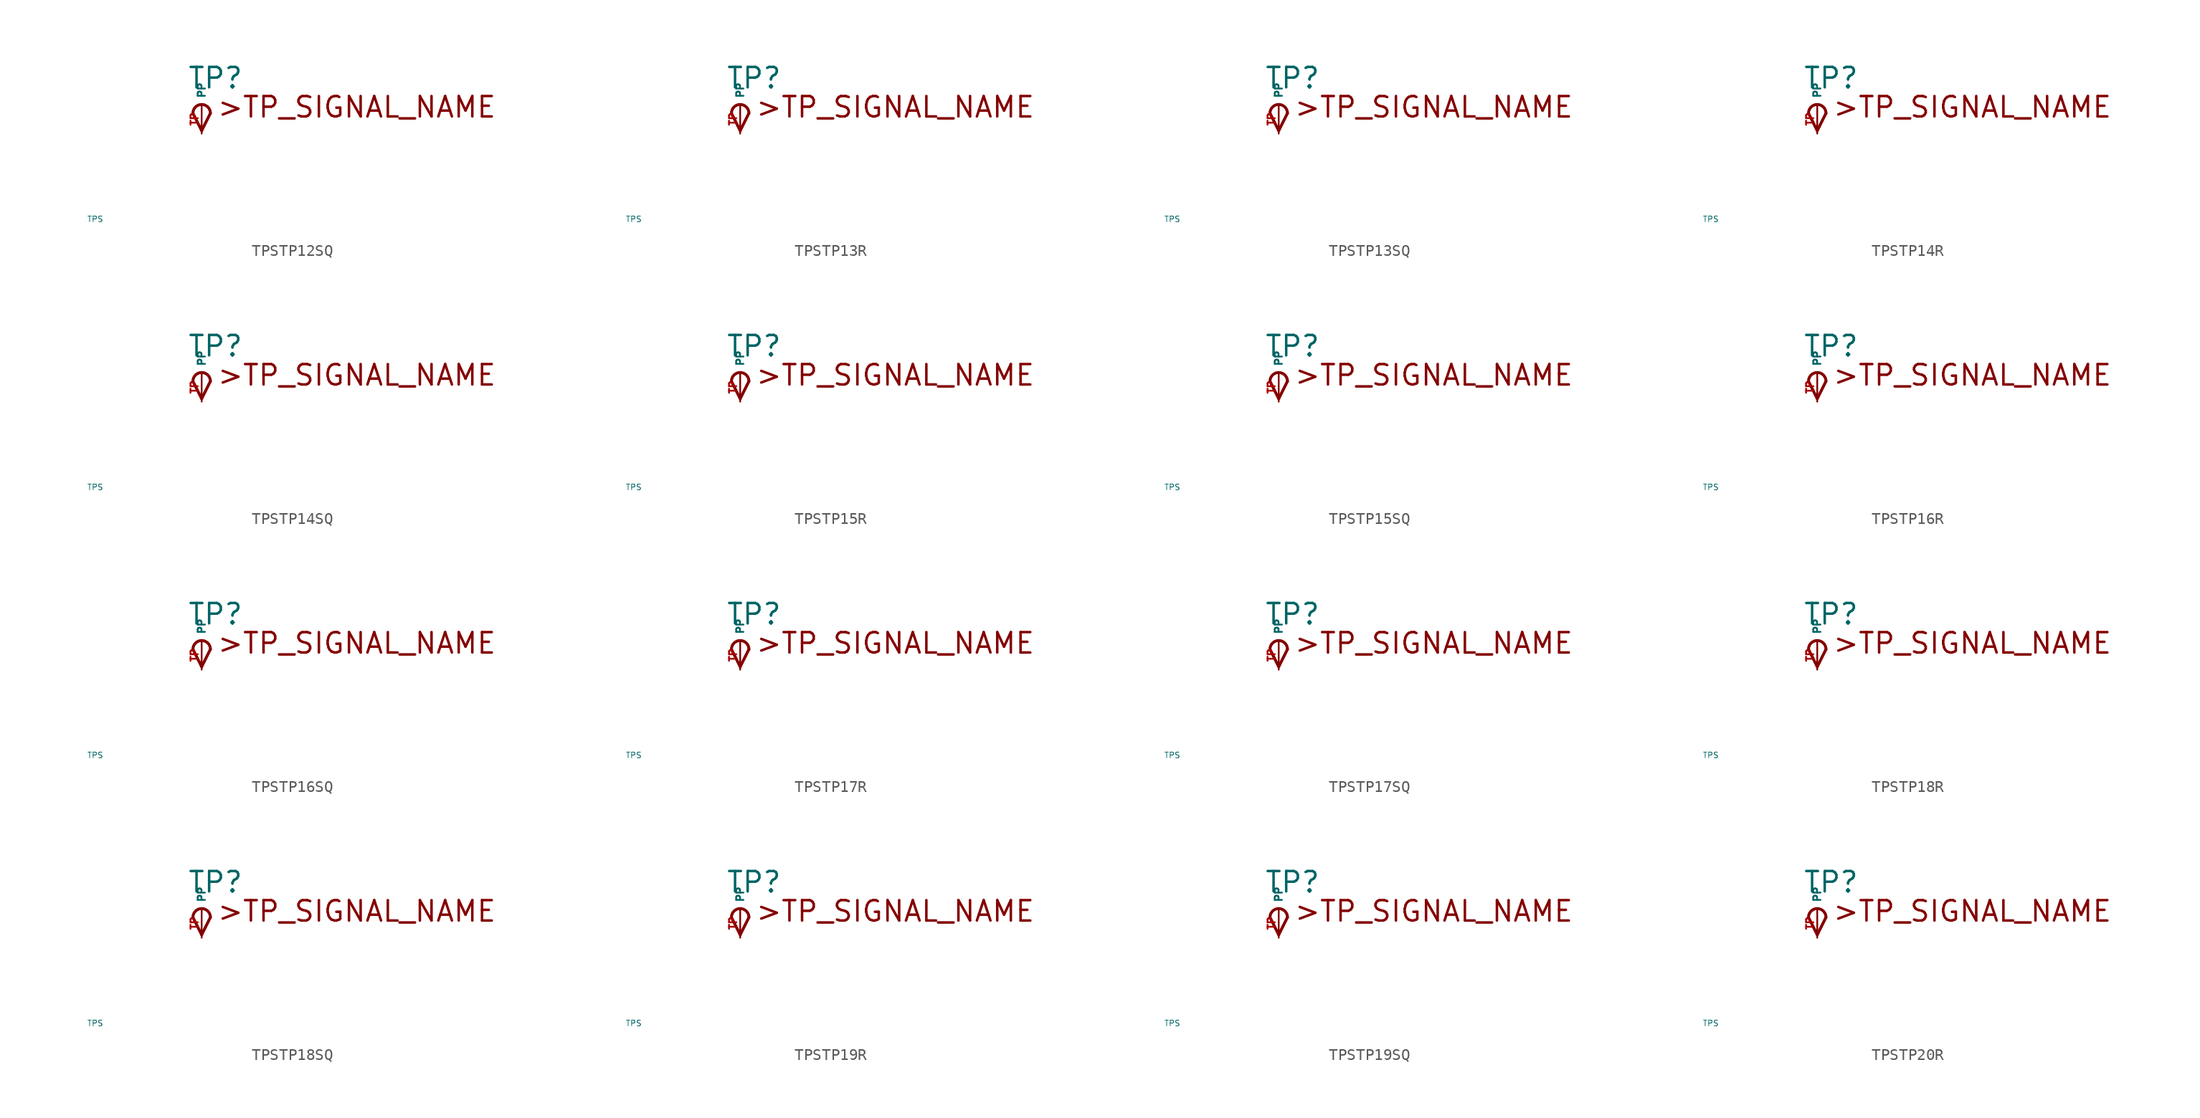
<source format=kicad_sym>
(kicad_symbol_lib
  (version 20220914)
  (generator Eagle2Kicad)
  (symbol "TPSTP12SQ"
    (property "Reference" "TP"
      (at -1.27 1.27 0)
      (effects (font (size 1.778 1.778) (thickness 0.22)) (justify left bottom)))
    (property "Value" "TPS"
      (at -10 -10 0)
      (effects (font (size 0.5 0.5) (thickness 0.06)) (justify left)))
    (polyline
      (pts (xy 0.762 -0.762) (xy 0 -2.286))
      (stroke (width 0.254) (type default))
      (fill (type none)))
    (polyline
      (pts (xy 0 -2.286) (xy -0.762 -0.762))
      (stroke (width 0.254) (type default))
      (fill (type none)))
    (arc
      (start 0.762 -0.762)
      (mid 0.000 0.000)
      (end -0.762 -0.762)
      (stroke (width 0.254) (type default))
      (fill (type none)))
    (text ">TP_SIGNAL_NAME"
      (at 1.27 -1.27 0)
      (effects (font (size 1.778 1.778) (thickness 0.22)) (justify left bottom)))
    (pin input line
      (at 0 -2.54 90)
      (length 2.54)
      (name "PP" (effects (font (size 0.635 0.635) (thickness 0.08)) (justify left bottom)))
      (number "TP" (effects (font (size 0.635 0.635) (thickness 0.08)) (justify left bottom)))))
  (symbol "TPSTP13R"
    (property "Reference" "TP"
      (at -1.27 1.27 0)
      (effects (font (size 1.778 1.778) (thickness 0.22)) (justify left bottom)))
    (property "Value" "TPS"
      (at -10 -10 0)
      (effects (font (size 0.5 0.5) (thickness 0.06)) (justify left)))
    (polyline
      (pts (xy 0.762 -0.762) (xy 0 -2.286))
      (stroke (width 0.254) (type default))
      (fill (type none)))
    (polyline
      (pts (xy 0 -2.286) (xy -0.762 -0.762))
      (stroke (width 0.254) (type default))
      (fill (type none)))
    (arc
      (start 0.762 -0.762)
      (mid 0.000 0.000)
      (end -0.762 -0.762)
      (stroke (width 0.254) (type default))
      (fill (type none)))
    (text ">TP_SIGNAL_NAME"
      (at 1.27 -1.27 0)
      (effects (font (size 1.778 1.778) (thickness 0.22)) (justify left bottom)))
    (pin input line
      (at 0 -2.54 90)
      (length 2.54)
      (name "PP" (effects (font (size 0.635 0.635) (thickness 0.08)) (justify left bottom)))
      (number "TP" (effects (font (size 0.635 0.635) (thickness 0.08)) (justify left bottom)))))
  (symbol "TPSTP13SQ"
    (property "Reference" "TP"
      (at -1.27 1.27 0)
      (effects (font (size 1.778 1.778) (thickness 0.22)) (justify left bottom)))
    (property "Value" "TPS"
      (at -10 -10 0)
      (effects (font (size 0.5 0.5) (thickness 0.06)) (justify left)))
    (polyline
      (pts (xy 0.762 -0.762) (xy 0 -2.286))
      (stroke (width 0.254) (type default))
      (fill (type none)))
    (polyline
      (pts (xy 0 -2.286) (xy -0.762 -0.762))
      (stroke (width 0.254) (type default))
      (fill (type none)))
    (arc
      (start 0.762 -0.762)
      (mid 0.000 0.000)
      (end -0.762 -0.762)
      (stroke (width 0.254) (type default))
      (fill (type none)))
    (text ">TP_SIGNAL_NAME"
      (at 1.27 -1.27 0)
      (effects (font (size 1.778 1.778) (thickness 0.22)) (justify left bottom)))
    (pin input line
      (at 0 -2.54 90)
      (length 2.54)
      (name "PP" (effects (font (size 0.635 0.635) (thickness 0.08)) (justify left bottom)))
      (number "TP" (effects (font (size 0.635 0.635) (thickness 0.08)) (justify left bottom)))))
  (symbol "TPSTP14R"
    (property "Reference" "TP"
      (at -1.27 1.27 0)
      (effects (font (size 1.778 1.778) (thickness 0.22)) (justify left bottom)))
    (property "Value" "TPS"
      (at -10 -10 0)
      (effects (font (size 0.5 0.5) (thickness 0.06)) (justify left)))
    (polyline
      (pts (xy 0.762 -0.762) (xy 0 -2.286))
      (stroke (width 0.254) (type default))
      (fill (type none)))
    (polyline
      (pts (xy 0 -2.286) (xy -0.762 -0.762))
      (stroke (width 0.254) (type default))
      (fill (type none)))
    (arc
      (start 0.762 -0.762)
      (mid 0.000 0.000)
      (end -0.762 -0.762)
      (stroke (width 0.254) (type default))
      (fill (type none)))
    (text ">TP_SIGNAL_NAME"
      (at 1.27 -1.27 0)
      (effects (font (size 1.778 1.778) (thickness 0.22)) (justify left bottom)))
    (pin input line
      (at 0 -2.54 90)
      (length 2.54)
      (name "PP" (effects (font (size 0.635 0.635) (thickness 0.08)) (justify left bottom)))
      (number "TP" (effects (font (size 0.635 0.635) (thickness 0.08)) (justify left bottom)))))
  (symbol "TPSTP14SQ"
    (property "Reference" "TP"
      (at -1.27 1.27 0)
      (effects (font (size 1.778 1.778) (thickness 0.22)) (justify left bottom)))
    (property "Value" "TPS"
      (at -10 -10 0)
      (effects (font (size 0.5 0.5) (thickness 0.06)) (justify left)))
    (polyline
      (pts (xy 0.762 -0.762) (xy 0 -2.286))
      (stroke (width 0.254) (type default))
      (fill (type none)))
    (polyline
      (pts (xy 0 -2.286) (xy -0.762 -0.762))
      (stroke (width 0.254) (type default))
      (fill (type none)))
    (arc
      (start 0.762 -0.762)
      (mid 0.000 0.000)
      (end -0.762 -0.762)
      (stroke (width 0.254) (type default))
      (fill (type none)))
    (text ">TP_SIGNAL_NAME"
      (at 1.27 -1.27 0)
      (effects (font (size 1.778 1.778) (thickness 0.22)) (justify left bottom)))
    (pin input line
      (at 0 -2.54 90)
      (length 2.54)
      (name "PP" (effects (font (size 0.635 0.635) (thickness 0.08)) (justify left bottom)))
      (number "TP" (effects (font (size 0.635 0.635) (thickness 0.08)) (justify left bottom)))))
  (symbol "TPSTP15R"
    (property "Reference" "TP"
      (at -1.27 1.27 0)
      (effects (font (size 1.778 1.778) (thickness 0.22)) (justify left bottom)))
    (property "Value" "TPS"
      (at -10 -10 0)
      (effects (font (size 0.5 0.5) (thickness 0.06)) (justify left)))
    (polyline
      (pts (xy 0.762 -0.762) (xy 0 -2.286))
      (stroke (width 0.254) (type default))
      (fill (type none)))
    (polyline
      (pts (xy 0 -2.286) (xy -0.762 -0.762))
      (stroke (width 0.254) (type default))
      (fill (type none)))
    (arc
      (start 0.762 -0.762)
      (mid 0.000 0.000)
      (end -0.762 -0.762)
      (stroke (width 0.254) (type default))
      (fill (type none)))
    (text ">TP_SIGNAL_NAME"
      (at 1.27 -1.27 0)
      (effects (font (size 1.778 1.778) (thickness 0.22)) (justify left bottom)))
    (pin input line
      (at 0 -2.54 90)
      (length 2.54)
      (name "PP" (effects (font (size 0.635 0.635) (thickness 0.08)) (justify left bottom)))
      (number "TP" (effects (font (size 0.635 0.635) (thickness 0.08)) (justify left bottom)))))
  (symbol "TPSTP15SQ"
    (property "Reference" "TP"
      (at -1.27 1.27 0)
      (effects (font (size 1.778 1.778) (thickness 0.22)) (justify left bottom)))
    (property "Value" "TPS"
      (at -10 -10 0)
      (effects (font (size 0.5 0.5) (thickness 0.06)) (justify left)))
    (polyline
      (pts (xy 0.762 -0.762) (xy 0 -2.286))
      (stroke (width 0.254) (type default))
      (fill (type none)))
    (polyline
      (pts (xy 0 -2.286) (xy -0.762 -0.762))
      (stroke (width 0.254) (type default))
      (fill (type none)))
    (arc
      (start 0.762 -0.762)
      (mid 0.000 0.000)
      (end -0.762 -0.762)
      (stroke (width 0.254) (type default))
      (fill (type none)))
    (text ">TP_SIGNAL_NAME"
      (at 1.27 -1.27 0)
      (effects (font (size 1.778 1.778) (thickness 0.22)) (justify left bottom)))
    (pin input line
      (at 0 -2.54 90)
      (length 2.54)
      (name "PP" (effects (font (size 0.635 0.635) (thickness 0.08)) (justify left bottom)))
      (number "TP" (effects (font (size 0.635 0.635) (thickness 0.08)) (justify left bottom)))))
  (symbol "TPSTP16R"
    (property "Reference" "TP"
      (at -1.27 1.27 0)
      (effects (font (size 1.778 1.778) (thickness 0.22)) (justify left bottom)))
    (property "Value" "TPS"
      (at -10 -10 0)
      (effects (font (size 0.5 0.5) (thickness 0.06)) (justify left)))
    (polyline
      (pts (xy 0.762 -0.762) (xy 0 -2.286))
      (stroke (width 0.254) (type default))
      (fill (type none)))
    (polyline
      (pts (xy 0 -2.286) (xy -0.762 -0.762))
      (stroke (width 0.254) (type default))
      (fill (type none)))
    (arc
      (start 0.762 -0.762)
      (mid 0.000 0.000)
      (end -0.762 -0.762)
      (stroke (width 0.254) (type default))
      (fill (type none)))
    (text ">TP_SIGNAL_NAME"
      (at 1.27 -1.27 0)
      (effects (font (size 1.778 1.778) (thickness 0.22)) (justify left bottom)))
    (pin input line
      (at 0 -2.54 90)
      (length 2.54)
      (name "PP" (effects (font (size 0.635 0.635) (thickness 0.08)) (justify left bottom)))
      (number "TP" (effects (font (size 0.635 0.635) (thickness 0.08)) (justify left bottom)))))
  (symbol "TPSTP16SQ"
    (property "Reference" "TP"
      (at -1.27 1.27 0)
      (effects (font (size 1.778 1.778) (thickness 0.22)) (justify left bottom)))
    (property "Value" "TPS"
      (at -10 -10 0)
      (effects (font (size 0.5 0.5) (thickness 0.06)) (justify left)))
    (polyline
      (pts (xy 0.762 -0.762) (xy 0 -2.286))
      (stroke (width 0.254) (type default))
      (fill (type none)))
    (polyline
      (pts (xy 0 -2.286) (xy -0.762 -0.762))
      (stroke (width 0.254) (type default))
      (fill (type none)))
    (arc
      (start 0.762 -0.762)
      (mid 0.000 0.000)
      (end -0.762 -0.762)
      (stroke (width 0.254) (type default))
      (fill (type none)))
    (text ">TP_SIGNAL_NAME"
      (at 1.27 -1.27 0)
      (effects (font (size 1.778 1.778) (thickness 0.22)) (justify left bottom)))
    (pin input line
      (at 0 -2.54 90)
      (length 2.54)
      (name "PP" (effects (font (size 0.635 0.635) (thickness 0.08)) (justify left bottom)))
      (number "TP" (effects (font (size 0.635 0.635) (thickness 0.08)) (justify left bottom)))))
  (symbol "TPSTP17R"
    (property "Reference" "TP"
      (at -1.27 1.27 0)
      (effects (font (size 1.778 1.778) (thickness 0.22)) (justify left bottom)))
    (property "Value" "TPS"
      (at -10 -10 0)
      (effects (font (size 0.5 0.5) (thickness 0.06)) (justify left)))
    (polyline
      (pts (xy 0.762 -0.762) (xy 0 -2.286))
      (stroke (width 0.254) (type default))
      (fill (type none)))
    (polyline
      (pts (xy 0 -2.286) (xy -0.762 -0.762))
      (stroke (width 0.254) (type default))
      (fill (type none)))
    (arc
      (start 0.762 -0.762)
      (mid 0.000 0.000)
      (end -0.762 -0.762)
      (stroke (width 0.254) (type default))
      (fill (type none)))
    (text ">TP_SIGNAL_NAME"
      (at 1.27 -1.27 0)
      (effects (font (size 1.778 1.778) (thickness 0.22)) (justify left bottom)))
    (pin input line
      (at 0 -2.54 90)
      (length 2.54)
      (name "PP" (effects (font (size 0.635 0.635) (thickness 0.08)) (justify left bottom)))
      (number "TP" (effects (font (size 0.635 0.635) (thickness 0.08)) (justify left bottom)))))
  (symbol "TPSTP17SQ"
    (property "Reference" "TP"
      (at -1.27 1.27 0)
      (effects (font (size 1.778 1.778) (thickness 0.22)) (justify left bottom)))
    (property "Value" "TPS"
      (at -10 -10 0)
      (effects (font (size 0.5 0.5) (thickness 0.06)) (justify left)))
    (polyline
      (pts (xy 0.762 -0.762) (xy 0 -2.286))
      (stroke (width 0.254) (type default))
      (fill (type none)))
    (polyline
      (pts (xy 0 -2.286) (xy -0.762 -0.762))
      (stroke (width 0.254) (type default))
      (fill (type none)))
    (arc
      (start 0.762 -0.762)
      (mid 0.000 0.000)
      (end -0.762 -0.762)
      (stroke (width 0.254) (type default))
      (fill (type none)))
    (text ">TP_SIGNAL_NAME"
      (at 1.27 -1.27 0)
      (effects (font (size 1.778 1.778) (thickness 0.22)) (justify left bottom)))
    (pin input line
      (at 0 -2.54 90)
      (length 2.54)
      (name "PP" (effects (font (size 0.635 0.635) (thickness 0.08)) (justify left bottom)))
      (number "TP" (effects (font (size 0.635 0.635) (thickness 0.08)) (justify left bottom)))))
  (symbol "TPSTP18R"
    (property "Reference" "TP"
      (at -1.27 1.27 0)
      (effects (font (size 1.778 1.778) (thickness 0.22)) (justify left bottom)))
    (property "Value" "TPS"
      (at -10 -10 0)
      (effects (font (size 0.5 0.5) (thickness 0.06)) (justify left)))
    (polyline
      (pts (xy 0.762 -0.762) (xy 0 -2.286))
      (stroke (width 0.254) (type default))
      (fill (type none)))
    (polyline
      (pts (xy 0 -2.286) (xy -0.762 -0.762))
      (stroke (width 0.254) (type default))
      (fill (type none)))
    (arc
      (start 0.762 -0.762)
      (mid 0.000 0.000)
      (end -0.762 -0.762)
      (stroke (width 0.254) (type default))
      (fill (type none)))
    (text ">TP_SIGNAL_NAME"
      (at 1.27 -1.27 0)
      (effects (font (size 1.778 1.778) (thickness 0.22)) (justify left bottom)))
    (pin input line
      (at 0 -2.54 90)
      (length 2.54)
      (name "PP" (effects (font (size 0.635 0.635) (thickness 0.08)) (justify left bottom)))
      (number "TP" (effects (font (size 0.635 0.635) (thickness 0.08)) (justify left bottom)))))
  (symbol "TPSTP18SQ"
    (property "Reference" "TP"
      (at -1.27 1.27 0)
      (effects (font (size 1.778 1.778) (thickness 0.22)) (justify left bottom)))
    (property "Value" "TPS"
      (at -10 -10 0)
      (effects (font (size 0.5 0.5) (thickness 0.06)) (justify left)))
    (polyline
      (pts (xy 0.762 -0.762) (xy 0 -2.286))
      (stroke (width 0.254) (type default))
      (fill (type none)))
    (polyline
      (pts (xy 0 -2.286) (xy -0.762 -0.762))
      (stroke (width 0.254) (type default))
      (fill (type none)))
    (arc
      (start 0.762 -0.762)
      (mid 0.000 0.000)
      (end -0.762 -0.762)
      (stroke (width 0.254) (type default))
      (fill (type none)))
    (text ">TP_SIGNAL_NAME"
      (at 1.27 -1.27 0)
      (effects (font (size 1.778 1.778) (thickness 0.22)) (justify left bottom)))
    (pin input line
      (at 0 -2.54 90)
      (length 2.54)
      (name "PP" (effects (font (size 0.635 0.635) (thickness 0.08)) (justify left bottom)))
      (number "TP" (effects (font (size 0.635 0.635) (thickness 0.08)) (justify left bottom)))))
  (symbol "TPSTP19R"
    (property "Reference" "TP"
      (at -1.27 1.27 0)
      (effects (font (size 1.778 1.778) (thickness 0.22)) (justify left bottom)))
    (property "Value" "TPS"
      (at -10 -10 0)
      (effects (font (size 0.5 0.5) (thickness 0.06)) (justify left)))
    (polyline
      (pts (xy 0.762 -0.762) (xy 0 -2.286))
      (stroke (width 0.254) (type default))
      (fill (type none)))
    (polyline
      (pts (xy 0 -2.286) (xy -0.762 -0.762))
      (stroke (width 0.254) (type default))
      (fill (type none)))
    (arc
      (start 0.762 -0.762)
      (mid 0.000 0.000)
      (end -0.762 -0.762)
      (stroke (width 0.254) (type default))
      (fill (type none)))
    (text ">TP_SIGNAL_NAME"
      (at 1.27 -1.27 0)
      (effects (font (size 1.778 1.778) (thickness 0.22)) (justify left bottom)))
    (pin input line
      (at 0 -2.54 90)
      (length 2.54)
      (name "PP" (effects (font (size 0.635 0.635) (thickness 0.08)) (justify left bottom)))
      (number "TP" (effects (font (size 0.635 0.635) (thickness 0.08)) (justify left bottom)))))
  (symbol "TPSTP19SQ"
    (property "Reference" "TP"
      (at -1.27 1.27 0)
      (effects (font (size 1.778 1.778) (thickness 0.22)) (justify left bottom)))
    (property "Value" "TPS"
      (at -10 -10 0)
      (effects (font (size 0.5 0.5) (thickness 0.06)) (justify left)))
    (polyline
      (pts (xy 0.762 -0.762) (xy 0 -2.286))
      (stroke (width 0.254) (type default))
      (fill (type none)))
    (polyline
      (pts (xy 0 -2.286) (xy -0.762 -0.762))
      (stroke (width 0.254) (type default))
      (fill (type none)))
    (arc
      (start 0.762 -0.762)
      (mid 0.000 0.000)
      (end -0.762 -0.762)
      (stroke (width 0.254) (type default))
      (fill (type none)))
    (text ">TP_SIGNAL_NAME"
      (at 1.27 -1.27 0)
      (effects (font (size 1.778 1.778) (thickness 0.22)) (justify left bottom)))
    (pin input line
      (at 0 -2.54 90)
      (length 2.54)
      (name "PP" (effects (font (size 0.635 0.635) (thickness 0.08)) (justify left bottom)))
      (number "TP" (effects (font (size 0.635 0.635) (thickness 0.08)) (justify left bottom)))))
  (symbol "TPSTP20R"
    (property "Reference" "TP"
      (at -1.27 1.27 0)
      (effects (font (size 1.778 1.778) (thickness 0.22)) (justify left bottom)))
    (property "Value" "TPS"
      (at -10 -10 0)
      (effects (font (size 0.5 0.5) (thickness 0.06)) (justify left)))
    (polyline
      (pts (xy 0.762 -0.762) (xy 0 -2.286))
      (stroke (width 0.254) (type default))
      (fill (type none)))
    (polyline
      (pts (xy 0 -2.286) (xy -0.762 -0.762))
      (stroke (width 0.254) (type default))
      (fill (type none)))
    (arc
      (start 0.762 -0.762)
      (mid 0.000 0.000)
      (end -0.762 -0.762)
      (stroke (width 0.254) (type default))
      (fill (type none)))
    (text ">TP_SIGNAL_NAME"
      (at 1.27 -1.27 0)
      (effects (font (size 1.778 1.778) (thickness 0.22)) (justify left bottom)))
    (pin input line
      (at 0 -2.54 90)
      (length 2.54)
      (name "PP" (effects (font (size 0.635 0.635) (thickness 0.08)) (justify left bottom)))
      (number "TP" (effects (font (size 0.635 0.635) (thickness 0.08)) (justify left bottom))))))
</source>
